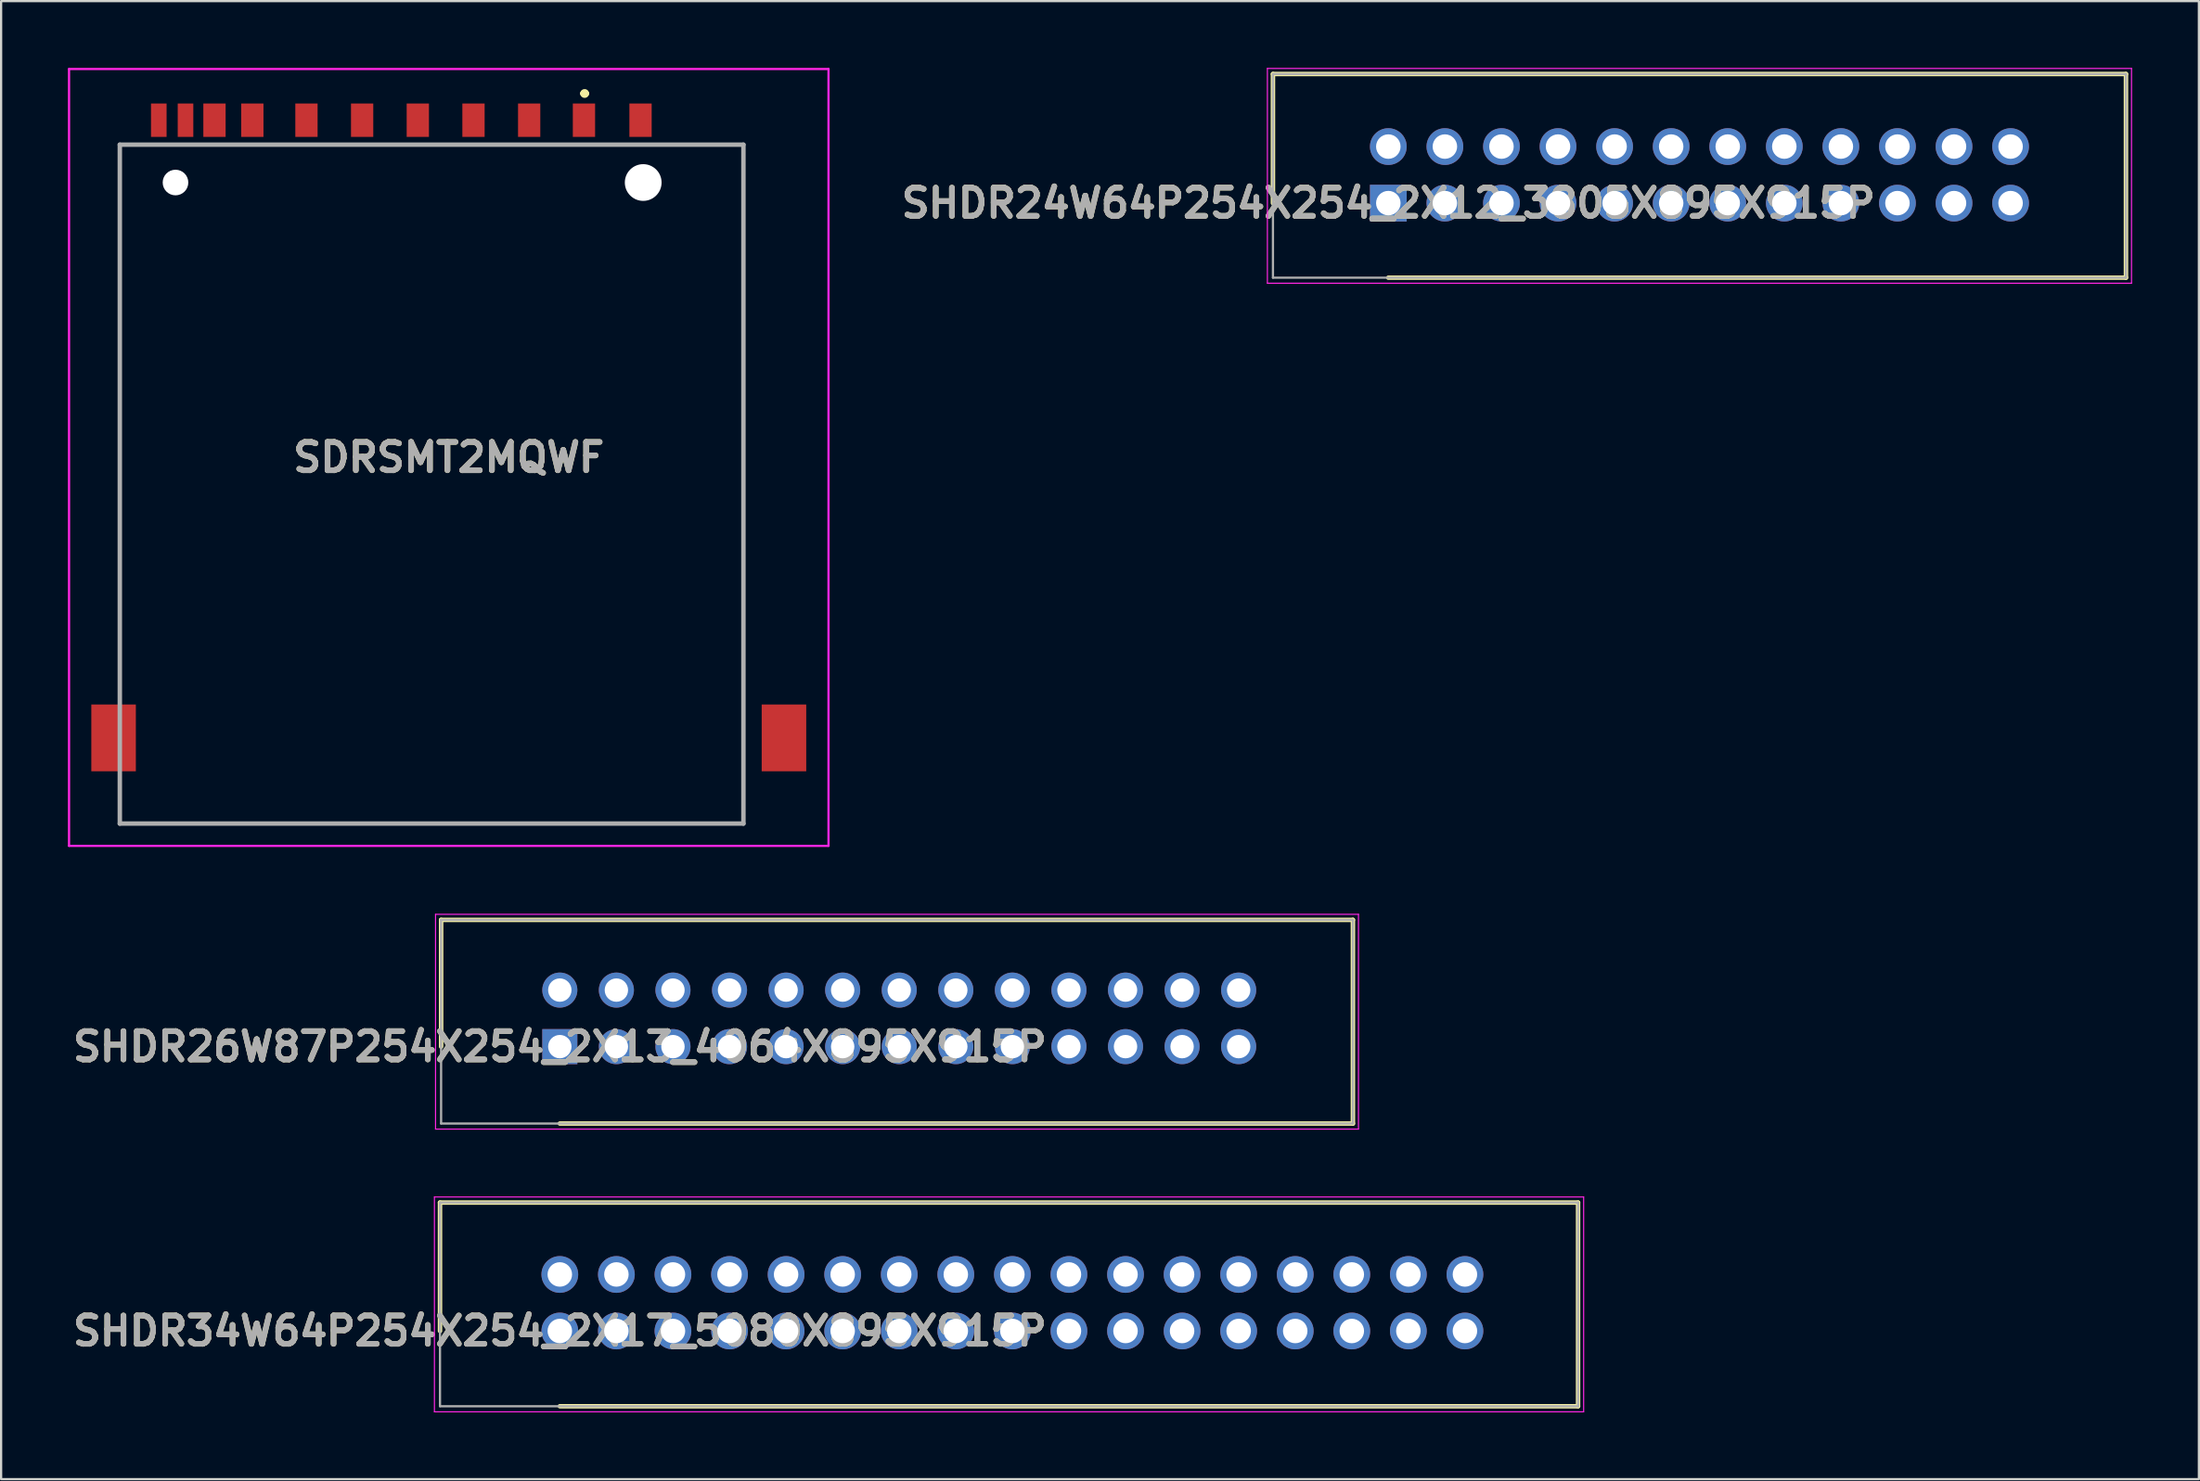
<source format=kicad_pcb>
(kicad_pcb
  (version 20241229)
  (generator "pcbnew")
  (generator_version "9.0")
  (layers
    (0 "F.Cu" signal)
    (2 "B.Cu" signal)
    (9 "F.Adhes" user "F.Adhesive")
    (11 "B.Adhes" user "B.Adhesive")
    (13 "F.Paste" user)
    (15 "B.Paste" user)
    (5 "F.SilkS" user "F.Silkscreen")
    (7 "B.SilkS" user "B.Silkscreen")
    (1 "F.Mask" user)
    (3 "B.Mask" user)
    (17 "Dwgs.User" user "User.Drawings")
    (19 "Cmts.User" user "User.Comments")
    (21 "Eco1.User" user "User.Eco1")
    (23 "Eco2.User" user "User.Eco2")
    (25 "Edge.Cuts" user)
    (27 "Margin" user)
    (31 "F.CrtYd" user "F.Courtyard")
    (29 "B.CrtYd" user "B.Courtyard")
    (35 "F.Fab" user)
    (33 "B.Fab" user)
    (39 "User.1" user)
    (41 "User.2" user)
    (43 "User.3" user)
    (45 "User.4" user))
  (footprint "SDRSMT2MQWF"
    (layer "F.Cu")
    (at 17.1 18.15)
    (property "Reference" "SDRSMT2MQWF" (at 0 -0.65 0) (layer "F.SilkS") (effects (font (size 1.27 1.27) (thickness 0.254))))
    (attr through_hole)
    (fp_line (start -14.77 -14.7) (end 13.23 -14.7) (stroke (width 0.1) (type solid)) (layer "F.SilkS"))
    (fp_line (start -14.77 9.5) (end -14.77 -14.7) (stroke (width 0.1) (type solid)) (layer "F.SilkS"))
    (fp_line (start -14.77 15.8) (end -14.77 14.77) (stroke (width 0.1) (type solid)) (layer "F.SilkS"))
    (fp_line (start 6 -17) (end 6 -17) (stroke (width 0.2) (type solid)) (layer "F.SilkS"))
    (fp_line (start 6.2 -17) (end 6.2 -17) (stroke (width 0.2) (type solid)) (layer "F.SilkS"))
    (fp_line (start 13.23 -14.7) (end 13.23 15.8) (stroke (width 0.1) (type solid)) (layer "F.SilkS"))
    (fp_line (start 13.23 15.8) (end -14.77 15.8) (stroke (width 0.1) (type solid)) (layer "F.SilkS"))
    (fp_arc (start 6 -17) (mid 6.1 -17.1) (end 6.2 -17) (stroke (width 0.2) (type solid)) (layer "F.SilkS"))
    (fp_arc (start 6.2 -17) (mid 6.1 -16.9) (end 6 -17) (stroke (width 0.2) (type solid)) (layer "F.SilkS"))
    (fp_line (start -17.05 -18.1) (end 17.05 -18.1) (stroke (width 0.1) (type solid)) (layer "F.CrtYd"))
    (fp_line (start -17.05 16.8) (end -17.05 -18.1) (stroke (width 0.1) (type solid)) (layer "F.CrtYd"))
    (fp_line (start 17.05 -18.1) (end 17.05 16.8) (stroke (width 0.1) (type solid)) (layer "F.CrtYd"))
    (fp_line (start 17.05 16.8) (end -17.05 16.8) (stroke (width 0.1) (type solid)) (layer "F.CrtYd"))
    (fp_line (start -14.77 -14.7) (end 13.23 -14.7) (stroke (width 0.2) (type solid)) (layer "F.Fab"))
    (fp_line (start -14.77 15.8) (end -14.77 -14.7) (stroke (width 0.2) (type solid)) (layer "F.Fab"))
    (fp_line (start 13.23 -14.7) (end 13.23 15.8) (stroke (width 0.2) (type solid)) (layer "F.Fab"))
    (fp_line (start 13.23 15.8) (end -14.77 15.8) (stroke (width 0.2) (type solid)) (layer "F.Fab"))
    (fp_text user "${REFERENCE}" (at 0 -0.65 0) (layer "F.Fab") (effects (font (size 1.27 1.27) (thickness 0.254))))
    (pad "" np_thru_hole circle (at -12.27 -13) (size 1.15 1.15) (drill 1.15) (layers "*.Cu" "*.Mask"))
    (pad "" np_thru_hole circle (at 8.73 -13) (size 1.65 1.65) (drill 1.65) (layers "*.Cu" "*.Mask"))
    (pad "1" smd rect (at 6.07 -15.8) (size 1 1.5) (layers "F.Cu" "F.Mask" "F.Paste"))
    (pad "2" smd rect (at 3.61 -15.8) (size 1 1.5) (layers "F.Cu" "F.Mask" "F.Paste"))
    (pad "3" smd rect (at 1.11 -15.8) (size 1 1.5) (layers "F.Cu" "F.Mask" "F.Paste"))
    (pad "4" smd rect (at -1.39 -15.8) (size 1 1.5) (layers "F.Cu" "F.Mask" "F.Paste"))
    (pad "5" smd rect (at -3.89 -15.8) (size 1 1.5) (layers "F.Cu" "F.Mask" "F.Paste"))
    (pad "6" smd rect (at -6.39 -15.8) (size 1 1.5) (layers "F.Cu" "F.Mask" "F.Paste"))
    (pad "7" smd rect (at -8.82 -15.8) (size 1 1.5) (layers "F.Cu" "F.Mask" "F.Paste"))
    (pad "8" smd rect (at -10.52 -15.8) (size 1 1.5) (layers "F.Cu" "F.Mask" "F.Paste"))
    (pad "9" smd rect (at 8.61 -15.8) (size 1 1.5) (layers "F.Cu" "F.Mask" "F.Paste"))
    (pad "CD1" smd rect (at -11.82 -15.8) (size 0.7 1.5) (layers "F.Cu" "F.Mask" "F.Paste"))
    (pad "MP1" smd rect (at 15.05 11.95) (size 2 3) (layers "F.Cu" "F.Mask" "F.Paste"))
    (pad "MP2" smd rect (at -15.05 11.95) (size 2 3) (layers "F.Cu" "F.Mask" "F.Paste"))
    (pad "WP1" smd rect (at -13.02 -15.8) (size 0.7 1.5) (layers "F.Cu" "F.Mask" "F.Paste")))
  (footprint "SHDR26W87P254X254_2X13_4064X895X915P"
    (layer "F.Cu")
    (at 22.086 43.97)
    (property "Reference" "SHDR26W87P254X254_2X13_4064X895X915P" (at 0 0 0) (layer "F.SilkS") (effects (font (size 1.27 1.27) (thickness 0.254))))
    (attr through_hole)
    (fp_line (start -5.33 -5.695) (end -5.33 0) (stroke (width 0.2) (type solid)) (layer "F.SilkS"))
    (fp_line (start 0 3.455) (end 35.61 3.455) (stroke (width 0.2) (type solid)) (layer "F.SilkS"))
    (fp_line (start 35.61 -5.695) (end -5.33 -5.695) (stroke (width 0.2) (type solid)) (layer "F.SilkS"))
    (fp_line (start 35.61 3.455) (end 35.61 -5.695) (stroke (width 0.2) (type solid)) (layer "F.SilkS"))
    (fp_line (start -5.58 -5.945) (end 35.86 -5.945) (stroke (width 0.05) (type solid)) (layer "F.CrtYd"))
    (fp_line (start -5.58 3.705) (end -5.58 -5.945) (stroke (width 0.05) (type solid)) (layer "F.CrtYd"))
    (fp_line (start 35.86 -5.945) (end 35.86 3.705) (stroke (width 0.05) (type solid)) (layer "F.CrtYd"))
    (fp_line (start 35.86 3.705) (end -5.58 3.705) (stroke (width 0.05) (type solid)) (layer "F.CrtYd"))
    (fp_line (start -5.33 -5.695) (end 35.61 -5.695) (stroke (width 0.1) (type solid)) (layer "F.Fab"))
    (fp_line (start -5.33 3.455) (end -5.33 -5.695) (stroke (width 0.1) (type solid)) (layer "F.Fab"))
    (fp_line (start 35.61 -5.695) (end 35.61 3.455) (stroke (width 0.1) (type solid)) (layer "F.Fab"))
    (fp_line (start 35.61 3.455) (end -5.33 3.455) (stroke (width 0.1) (type solid)) (layer "F.Fab"))
    (fp_text user "${REFERENCE}" (at 0 0 0) (layer "F.Fab") (effects (font (size 1.27 1.27) (thickness 0.254))))
    (pad "1" thru_hole rect (at 0 0) (size 1.575 1.575) (drill 1.05) (layers "*.Cu" "*.Mask"))
    (pad "2" thru_hole circle (at 0 -2.54) (size 1.575 1.575) (drill 1.05) (layers "*.Cu" "*.Mask"))
    (pad "3" thru_hole circle (at 2.54 0) (size 1.575 1.575) (drill 1.05) (layers "*.Cu" "*.Mask"))
    (pad "4" thru_hole circle (at 2.54 -2.54) (size 1.575 1.575) (drill 1.05) (layers "*.Cu" "*.Mask"))
    (pad "5" thru_hole circle (at 5.08 0) (size 1.575 1.575) (drill 1.05) (layers "*.Cu" "*.Mask"))
    (pad "6" thru_hole circle (at 5.08 -2.54) (size 1.575 1.575) (drill 1.05) (layers "*.Cu" "*.Mask"))
    (pad "7" thru_hole circle (at 7.62 0) (size 1.575 1.575) (drill 1.05) (layers "*.Cu" "*.Mask"))
    (pad "8" thru_hole circle (at 7.62 -2.54) (size 1.575 1.575) (drill 1.05) (layers "*.Cu" "*.Mask"))
    (pad "9" thru_hole circle (at 10.16 0) (size 1.575 1.575) (drill 1.05) (layers "*.Cu" "*.Mask"))
    (pad "10" thru_hole circle (at 10.16 -2.54) (size 1.575 1.575) (drill 1.05) (layers "*.Cu" "*.Mask"))
    (pad "11" thru_hole circle (at 12.7 0) (size 1.575 1.575) (drill 1.05) (layers "*.Cu" "*.Mask"))
    (pad "12" thru_hole circle (at 12.7 -2.54) (size 1.575 1.575) (drill 1.05) (layers "*.Cu" "*.Mask"))
    (pad "13" thru_hole circle (at 15.24 0) (size 1.575 1.575) (drill 1.05) (layers "*.Cu" "*.Mask"))
    (pad "14" thru_hole circle (at 15.24 -2.54) (size 1.575 1.575) (drill 1.05) (layers "*.Cu" "*.Mask"))
    (pad "15" thru_hole circle (at 17.78 0) (size 1.575 1.575) (drill 1.05) (layers "*.Cu" "*.Mask"))
    (pad "16" thru_hole circle (at 17.78 -2.54) (size 1.575 1.575) (drill 1.05) (layers "*.Cu" "*.Mask"))
    (pad "17" thru_hole circle (at 20.32 0) (size 1.575 1.575) (drill 1.05) (layers "*.Cu" "*.Mask"))
    (pad "18" thru_hole circle (at 20.32 -2.54) (size 1.575 1.575) (drill 1.05) (layers "*.Cu" "*.Mask"))
    (pad "19" thru_hole circle (at 22.86 0) (size 1.575 1.575) (drill 1.05) (layers "*.Cu" "*.Mask"))
    (pad "20" thru_hole circle (at 22.86 -2.54) (size 1.575 1.575) (drill 1.05) (layers "*.Cu" "*.Mask"))
    (pad "21" thru_hole circle (at 25.4 0) (size 1.575 1.575) (drill 1.05) (layers "*.Cu" "*.Mask"))
    (pad "22" thru_hole circle (at 25.4 -2.54) (size 1.575 1.575) (drill 1.05) (layers "*.Cu" "*.Mask"))
    (pad "23" thru_hole circle (at 27.94 0) (size 1.575 1.575) (drill 1.05) (layers "*.Cu" "*.Mask"))
    (pad "24" thru_hole circle (at 27.94 -2.54) (size 1.575 1.575) (drill 1.05) (layers "*.Cu" "*.Mask"))
    (pad "25" thru_hole circle (at 30.48 0) (size 1.575 1.575) (drill 1.05) (layers "*.Cu" "*.Mask"))
    (pad "26" thru_hole circle (at 30.48 -2.54) (size 1.575 1.575) (drill 1.05) (layers "*.Cu" "*.Mask")))
  (footprint "SHDR24W64P254X254_2X12_3805X895X915P"
    (layer "F.Cu")
    (at 59.286 6.075)
    (property "Reference" "SHDR24W64P254X254_2X12_3805X895X915P" (at 0 0 0) (layer "F.SilkS") (effects (font (size 1.27 1.27) (thickness 0.254))))
    (attr through_hole)
    (fp_line (start -5.18 -5.8) (end -5.18 0) (stroke (width 0.2) (type solid)) (layer "F.SilkS"))
    (fp_line (start 0 3.35) (end 33.12 3.35) (stroke (width 0.2) (type solid)) (layer "F.SilkS"))
    (fp_line (start 33.12 -5.8) (end -5.18 -5.8) (stroke (width 0.2) (type solid)) (layer "F.SilkS"))
    (fp_line (start 33.12 3.35) (end 33.12 -5.8) (stroke (width 0.2) (type solid)) (layer "F.SilkS"))
    (fp_line (start -5.43 -6.05) (end 33.37 -6.05) (stroke (width 0.05) (type solid)) (layer "F.CrtYd"))
    (fp_line (start -5.43 3.6) (end -5.43 -6.05) (stroke (width 0.05) (type solid)) (layer "F.CrtYd"))
    (fp_line (start 33.37 -6.05) (end 33.37 3.6) (stroke (width 0.05) (type solid)) (layer "F.CrtYd"))
    (fp_line (start 33.37 3.6) (end -5.43 3.6) (stroke (width 0.05) (type solid)) (layer "F.CrtYd"))
    (fp_line (start -5.18 -5.8) (end 33.12 -5.8) (stroke (width 0.1) (type solid)) (layer "F.Fab"))
    (fp_line (start -5.18 3.35) (end -5.18 -5.8) (stroke (width 0.1) (type solid)) (layer "F.Fab"))
    (fp_line (start 33.12 -5.8) (end 33.12 3.35) (stroke (width 0.1) (type solid)) (layer "F.Fab"))
    (fp_line (start 33.12 3.35) (end -5.18 3.35) (stroke (width 0.1) (type solid)) (layer "F.Fab"))
    (fp_text user "${REFERENCE}" (at 0 0 0) (layer "F.Fab") (effects (font (size 1.27 1.27) (thickness 0.254))))
    (pad "1" thru_hole rect (at 0 0) (size 1.65 1.65) (drill 1.1) (layers "*.Cu" "*.Mask"))
    (pad "2" thru_hole circle (at 0 -2.54) (size 1.65 1.65) (drill 1.1) (layers "*.Cu" "*.Mask"))
    (pad "3" thru_hole circle (at 2.54 0) (size 1.65 1.65) (drill 1.1) (layers "*.Cu" "*.Mask"))
    (pad "4" thru_hole circle (at 2.54 -2.54) (size 1.65 1.65) (drill 1.1) (layers "*.Cu" "*.Mask"))
    (pad "5" thru_hole circle (at 5.08 0) (size 1.65 1.65) (drill 1.1) (layers "*.Cu" "*.Mask"))
    (pad "6" thru_hole circle (at 5.08 -2.54) (size 1.65 1.65) (drill 1.1) (layers "*.Cu" "*.Mask"))
    (pad "7" thru_hole circle (at 7.62 0) (size 1.65 1.65) (drill 1.1) (layers "*.Cu" "*.Mask"))
    (pad "8" thru_hole circle (at 7.62 -2.54) (size 1.65 1.65) (drill 1.1) (layers "*.Cu" "*.Mask"))
    (pad "9" thru_hole circle (at 10.16 0) (size 1.65 1.65) (drill 1.1) (layers "*.Cu" "*.Mask"))
    (pad "10" thru_hole circle (at 10.16 -2.54) (size 1.65 1.65) (drill 1.1) (layers "*.Cu" "*.Mask"))
    (pad "11" thru_hole circle (at 12.7 0) (size 1.65 1.65) (drill 1.1) (layers "*.Cu" "*.Mask"))
    (pad "12" thru_hole circle (at 12.7 -2.54) (size 1.65 1.65) (drill 1.1) (layers "*.Cu" "*.Mask"))
    (pad "13" thru_hole circle (at 15.24 0) (size 1.65 1.65) (drill 1.1) (layers "*.Cu" "*.Mask"))
    (pad "14" thru_hole circle (at 15.24 -2.54) (size 1.65 1.65) (drill 1.1) (layers "*.Cu" "*.Mask"))
    (pad "15" thru_hole circle (at 17.78 0) (size 1.65 1.65) (drill 1.1) (layers "*.Cu" "*.Mask"))
    (pad "16" thru_hole circle (at 17.78 -2.54) (size 1.65 1.65) (drill 1.1) (layers "*.Cu" "*.Mask"))
    (pad "17" thru_hole circle (at 20.32 0) (size 1.65 1.65) (drill 1.1) (layers "*.Cu" "*.Mask"))
    (pad "18" thru_hole circle (at 20.32 -2.54) (size 1.65 1.65) (drill 1.1) (layers "*.Cu" "*.Mask"))
    (pad "19" thru_hole circle (at 22.86 0) (size 1.65 1.65) (drill 1.1) (layers "*.Cu" "*.Mask"))
    (pad "20" thru_hole circle (at 22.86 -2.54) (size 1.65 1.65) (drill 1.1) (layers "*.Cu" "*.Mask"))
    (pad "21" thru_hole circle (at 25.4 0) (size 1.65 1.65) (drill 1.1) (layers "*.Cu" "*.Mask"))
    (pad "22" thru_hole circle (at 25.4 -2.54) (size 1.65 1.65) (drill 1.1) (layers "*.Cu" "*.Mask"))
    (pad "23" thru_hole circle (at 27.94 0) (size 1.65 1.65) (drill 1.1) (layers "*.Cu" "*.Mask"))
    (pad "24" thru_hole circle (at 27.94 -2.54) (size 1.65 1.65) (drill 1.1) (layers "*.Cu" "*.Mask")))
  (footprint "SHDR34W64P254X254_2X17_5080X895X915P"
    (layer "F.Cu")
    (at 22.086 56.745)
    (property "Reference" "SHDR34W64P254X254_2X17_5080X895X915P" (at 0 0 0) (layer "F.SilkS") (effects (font (size 1.27 1.27) (thickness 0.254))))
    (attr through_hole)
    (fp_line (start -5.38 -5.77) (end -5.38 0) (stroke (width 0.2) (type solid)) (layer "F.SilkS"))
    (fp_line (start 0 3.38) (end 45.72 3.38) (stroke (width 0.2) (type solid)) (layer "F.SilkS"))
    (fp_line (start 45.72 -5.77) (end -5.38 -5.77) (stroke (width 0.2) (type solid)) (layer "F.SilkS"))
    (fp_line (start 45.72 3.38) (end 45.72 -5.77) (stroke (width 0.2) (type solid)) (layer "F.SilkS"))
    (fp_line (start -5.63 -6.02) (end 45.97 -6.02) (stroke (width 0.05) (type solid)) (layer "F.CrtYd"))
    (fp_line (start -5.63 3.63) (end -5.63 -6.02) (stroke (width 0.05) (type solid)) (layer "F.CrtYd"))
    (fp_line (start 45.97 -6.02) (end 45.97 3.63) (stroke (width 0.05) (type solid)) (layer "F.CrtYd"))
    (fp_line (start 45.97 3.63) (end -5.63 3.63) (stroke (width 0.05) (type solid)) (layer "F.CrtYd"))
    (fp_line (start -5.38 -5.77) (end 45.72 -5.77) (stroke (width 0.1) (type solid)) (layer "F.Fab"))
    (fp_line (start -5.38 3.38) (end -5.38 -5.77) (stroke (width 0.1) (type solid)) (layer "F.Fab"))
    (fp_line (start 45.72 -5.77) (end 45.72 3.38) (stroke (width 0.1) (type solid)) (layer "F.Fab"))
    (fp_line (start 45.72 3.38) (end -5.38 3.38) (stroke (width 0.1) (type solid)) (layer "F.Fab"))
    (fp_text user "${REFERENCE}" (at 0 0 0) (layer "F.Fab") (effects (font (size 1.27 1.27) (thickness 0.254))))
    (pad "1" thru_hole circle (at 0 0) (size 1.65 1.65) (drill 1.1) (layers "*.Cu" "*.Mask"))
    (pad "2" thru_hole circle (at 0 -2.54) (size 1.65 1.65) (drill 1.1) (layers "*.Cu" "*.Mask"))
    (pad "3" thru_hole circle (at 2.54 0) (size 1.65 1.65) (drill 1.1) (layers "*.Cu" "*.Mask"))
    (pad "4" thru_hole circle (at 2.54 -2.54) (size 1.65 1.65) (drill 1.1) (layers "*.Cu" "*.Mask"))
    (pad "5" thru_hole circle (at 5.08 0) (size 1.65 1.65) (drill 1.1) (layers "*.Cu" "*.Mask"))
    (pad "6" thru_hole circle (at 5.08 -2.54) (size 1.65 1.65) (drill 1.1) (layers "*.Cu" "*.Mask"))
    (pad "7" thru_hole circle (at 7.62 0) (size 1.65 1.65) (drill 1.1) (layers "*.Cu" "*.Mask"))
    (pad "8" thru_hole circle (at 7.62 -2.54) (size 1.65 1.65) (drill 1.1) (layers "*.Cu" "*.Mask"))
    (pad "9" thru_hole circle (at 10.16 0) (size 1.65 1.65) (drill 1.1) (layers "*.Cu" "*.Mask"))
    (pad "10" thru_hole circle (at 10.16 -2.54) (size 1.65 1.65) (drill 1.1) (layers "*.Cu" "*.Mask"))
    (pad "11" thru_hole circle (at 12.7 0) (size 1.65 1.65) (drill 1.1) (layers "*.Cu" "*.Mask"))
    (pad "12" thru_hole circle (at 12.7 -2.54) (size 1.65 1.65) (drill 1.1) (layers "*.Cu" "*.Mask"))
    (pad "13" thru_hole circle (at 15.24 0) (size 1.65 1.65) (drill 1.1) (layers "*.Cu" "*.Mask"))
    (pad "14" thru_hole circle (at 15.24 -2.54) (size 1.65 1.65) (drill 1.1) (layers "*.Cu" "*.Mask"))
    (pad "15" thru_hole circle (at 17.78 0) (size 1.65 1.65) (drill 1.1) (layers "*.Cu" "*.Mask"))
    (pad "16" thru_hole circle (at 17.78 -2.54) (size 1.65 1.65) (drill 1.1) (layers "*.Cu" "*.Mask"))
    (pad "17" thru_hole circle (at 20.32 0) (size 1.65 1.65) (drill 1.1) (layers "*.Cu" "*.Mask"))
    (pad "18" thru_hole circle (at 20.32 -2.54) (size 1.65 1.65) (drill 1.1) (layers "*.Cu" "*.Mask"))
    (pad "19" thru_hole circle (at 22.86 0) (size 1.65 1.65) (drill 1.1) (layers "*.Cu" "*.Mask"))
    (pad "20" thru_hole circle (at 22.86 -2.54) (size 1.65 1.65) (drill 1.1) (layers "*.Cu" "*.Mask"))
    (pad "21" thru_hole circle (at 25.4 0) (size 1.65 1.65) (drill 1.1) (layers "*.Cu" "*.Mask"))
    (pad "22" thru_hole circle (at 25.4 -2.54) (size 1.65 1.65) (drill 1.1) (layers "*.Cu" "*.Mask"))
    (pad "23" thru_hole circle (at 27.94 0) (size 1.65 1.65) (drill 1.1) (layers "*.Cu" "*.Mask"))
    (pad "24" thru_hole circle (at 27.94 -2.54) (size 1.65 1.65) (drill 1.1) (layers "*.Cu" "*.Mask"))
    (pad "25" thru_hole circle (at 30.48 0) (size 1.65 1.65) (drill 1.1) (layers "*.Cu" "*.Mask"))
    (pad "26" thru_hole circle (at 30.48 -2.54) (size 1.65 1.65) (drill 1.1) (layers "*.Cu" "*.Mask"))
    (pad "27" thru_hole circle (at 33.02 0) (size 1.65 1.65) (drill 1.1) (layers "*.Cu" "*.Mask"))
    (pad "28" thru_hole circle (at 33.02 -2.54) (size 1.65 1.65) (drill 1.1) (layers "*.Cu" "*.Mask"))
    (pad "29" thru_hole circle (at 35.56 0) (size 1.65 1.65) (drill 1.1) (layers "*.Cu" "*.Mask"))
    (pad "30" thru_hole circle (at 35.56 -2.54) (size 1.65 1.65) (drill 1.1) (layers "*.Cu" "*.Mask"))
    (pad "31" thru_hole circle (at 38.1 0) (size 1.65 1.65) (drill 1.1) (layers "*.Cu" "*.Mask"))
    (pad "32" thru_hole circle (at 38.1 -2.54) (size 1.65 1.65) (drill 1.1) (layers "*.Cu" "*.Mask"))
    (pad "33" thru_hole circle (at 40.64 0) (size 1.65 1.65) (drill 1.1) (layers "*.Cu" "*.Mask"))
    (pad "34" thru_hole circle (at 40.64 -2.54) (size 1.65 1.65) (drill 1.1) (layers "*.Cu" "*.Mask")))
  (gr_rect
    (start -3 -3)
    (end 95.681 63.4)
    (stroke (width 0.1) (type default))
    (fill no)
    (layer "Edge.Cuts")))
</source>
